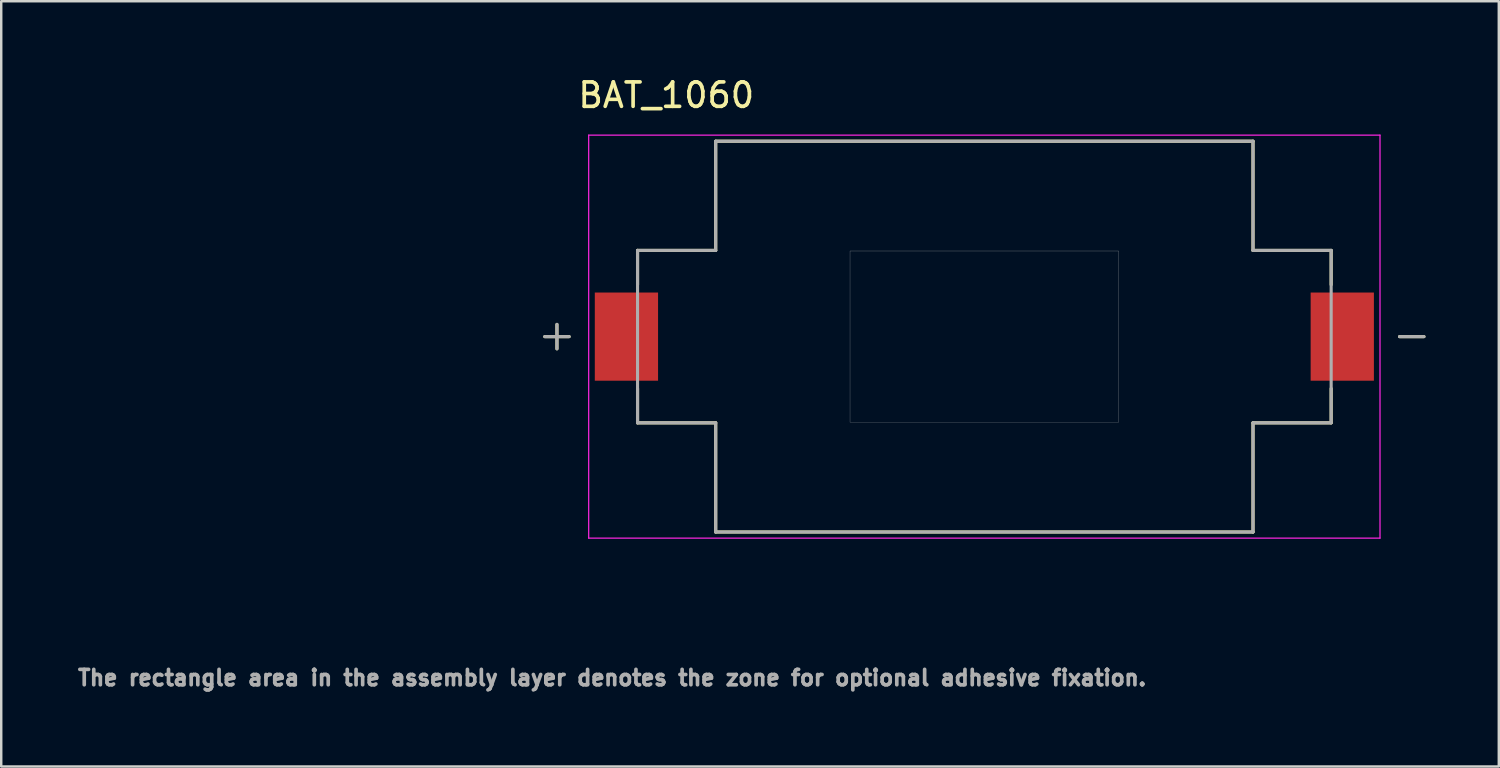
<source format=kicad_pcb>
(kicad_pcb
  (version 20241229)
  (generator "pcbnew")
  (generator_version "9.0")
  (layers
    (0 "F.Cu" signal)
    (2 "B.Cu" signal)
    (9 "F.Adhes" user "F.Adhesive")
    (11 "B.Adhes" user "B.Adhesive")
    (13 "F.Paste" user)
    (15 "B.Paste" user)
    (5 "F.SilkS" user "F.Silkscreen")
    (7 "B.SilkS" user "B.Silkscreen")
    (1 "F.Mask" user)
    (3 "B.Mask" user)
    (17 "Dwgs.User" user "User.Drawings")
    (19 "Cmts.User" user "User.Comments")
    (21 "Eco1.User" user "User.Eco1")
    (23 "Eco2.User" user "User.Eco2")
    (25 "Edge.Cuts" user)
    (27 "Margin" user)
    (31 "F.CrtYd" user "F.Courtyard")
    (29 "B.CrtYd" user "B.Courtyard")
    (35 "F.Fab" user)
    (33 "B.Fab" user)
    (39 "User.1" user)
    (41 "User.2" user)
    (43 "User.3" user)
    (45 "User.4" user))
  (footprint "BAT_1060"
    (layer "F.Cu")
    (at 37.254 10.733)
    (property "Reference" "BAT_1060" (at -13.025 -9.885 0) (layer "F.SilkS") (effects (font (size 1 1) (thickness 0.15))))
    (attr smd)
    (fp_line (start -17.5 -0.5) (end -17.5 0.5) (stroke (width 0.127) (type solid)) (layer "F.SilkS"))
    (fp_line (start -17 0) (end -18 0) (stroke (width 0.127) (type solid)) (layer "F.SilkS"))
    (fp_line (start -14.2 -3.53) (end -14.2 -2.125) (stroke (width 0.127) (type solid)) (layer "F.SilkS"))
    (fp_line (start -14.2 3.53) (end -14.2 2.125) (stroke (width 0.127) (type solid)) (layer "F.SilkS"))
    (fp_line (start -14.2 3.53) (end -11 3.53) (stroke (width 0.127) (type solid)) (layer "F.SilkS"))
    (fp_line (start -11 -8) (end -11 -3.53) (stroke (width 0.127) (type solid)) (layer "F.SilkS"))
    (fp_line (start -11 -3.53) (end -14.2 -3.53) (stroke (width 0.127) (type solid)) (layer "F.SilkS"))
    (fp_line (start -11 3.53) (end -11 8) (stroke (width 0.127) (type solid)) (layer "F.SilkS"))
    (fp_line (start -11 8) (end 11 8) (stroke (width 0.127) (type solid)) (layer "F.SilkS"))
    (fp_line (start 11 -8) (end -11 -8) (stroke (width 0.127) (type solid)) (layer "F.SilkS"))
    (fp_line (start 11 -3.53) (end 11 -8) (stroke (width 0.127) (type solid)) (layer "F.SilkS"))
    (fp_line (start 11 3.53) (end 14.2 3.53) (stroke (width 0.127) (type solid)) (layer "F.SilkS"))
    (fp_line (start 11 8) (end 11 3.53) (stroke (width 0.127) (type solid)) (layer "F.SilkS"))
    (fp_line (start 14.2 -3.53) (end 11 -3.53) (stroke (width 0.127) (type solid)) (layer "F.SilkS"))
    (fp_line (start 14.2 -2.125) (end 14.2 -3.53) (stroke (width 0.127) (type solid)) (layer "F.SilkS"))
    (fp_line (start 14.2 3.53) (end 14.2 2.125) (stroke (width 0.127) (type solid)) (layer "F.SilkS"))
    (fp_line (start 17 0) (end 18 0) (stroke (width 0.127) (type solid)) (layer "F.SilkS"))
    (fp_line (start -16.2 -8.25) (end -16.2 8.25) (stroke (width 0.05) (type solid)) (layer "F.CrtYd"))
    (fp_line (start -16.2 8.25) (end 16.2 8.25) (stroke (width 0.05) (type solid)) (layer "F.CrtYd"))
    (fp_line (start 16.2 -8.25) (end -16.2 -8.25) (stroke (width 0.05) (type solid)) (layer "F.CrtYd"))
    (fp_line (start 16.2 8.25) (end 16.2 -8.25) (stroke (width 0.05) (type solid)) (layer "F.CrtYd"))
    (fp_line (start -18 0) (end -17 0) (stroke (width 0.127) (type solid)) (layer "F.Fab"))
    (fp_line (start -17.5 -0.5) (end -17.5 0.5) (stroke (width 0.127) (type solid)) (layer "F.Fab"))
    (fp_line (start -14.2 -3.53) (end -14.2 3.53) (stroke (width 0.127) (type solid)) (layer "F.Fab"))
    (fp_line (start -14.2 3.53) (end -11 3.53) (stroke (width 0.127) (type solid)) (layer "F.Fab"))
    (fp_line (start -11 -8) (end -11 -3.53) (stroke (width 0.127) (type solid)) (layer "F.Fab"))
    (fp_line (start -11 -3.53) (end -14.2 -3.53) (stroke (width 0.127) (type solid)) (layer "F.Fab"))
    (fp_line (start -11 3.53) (end -11 8) (stroke (width 0.127) (type solid)) (layer "F.Fab"))
    (fp_line (start -11 8) (end 11 8) (stroke (width 0.127) (type solid)) (layer "F.Fab"))
    (fp_line (start 11 -8) (end -11 -8) (stroke (width 0.127) (type solid)) (layer "F.Fab"))
    (fp_line (start 11 -3.53) (end 11 -8) (stroke (width 0.127) (type solid)) (layer "F.Fab"))
    (fp_line (start 11 3.53) (end 14.2 3.53) (stroke (width 0.127) (type solid)) (layer "F.Fab"))
    (fp_line (start 11 8) (end 11 3.53) (stroke (width 0.127) (type solid)) (layer "F.Fab"))
    (fp_line (start 14.2 -3.53) (end 11 -3.53) (stroke (width 0.127) (type solid)) (layer "F.Fab"))
    (fp_line (start 14.2 3.53) (end 14.2 -3.53) (stroke (width 0.127) (type solid)) (layer "F.Fab"))
    (fp_line (start 17 0) (end 18 0) (stroke (width 0.127) (type solid)) (layer "F.Fab"))
    (fp_poly (pts (xy -5.5 -3.505) (xy 5.5 -3.505) (xy 5.5 3.505) (xy -5.5 3.505)) (stroke (width 0.01) (type solid)) (fill no) (layer "F.Fab"))
    (fp_text user "The rectangle area in the assembly layer denotes the zone for optional adhesive fixation." (at -15.24 13.97 0) (layer "F.Fab") (effects (font (size 0.63 0.63) (thickness 0.15))))
    (pad "N" smd rect (at 14.655 0) (size 2.59 3.61) (layers "F.Cu" "F.Mask" "F.Paste"))
    (pad "P" smd rect (at -14.655 0) (size 2.59 3.61) (layers "F.Cu" "F.Mask" "F.Paste")))
  (gr_rect
    (start -3 -3)
    (end 58.318 28.335)
    (stroke (width 0.1) (type default))
    (fill no)
    (layer "Edge.Cuts")))
</source>
